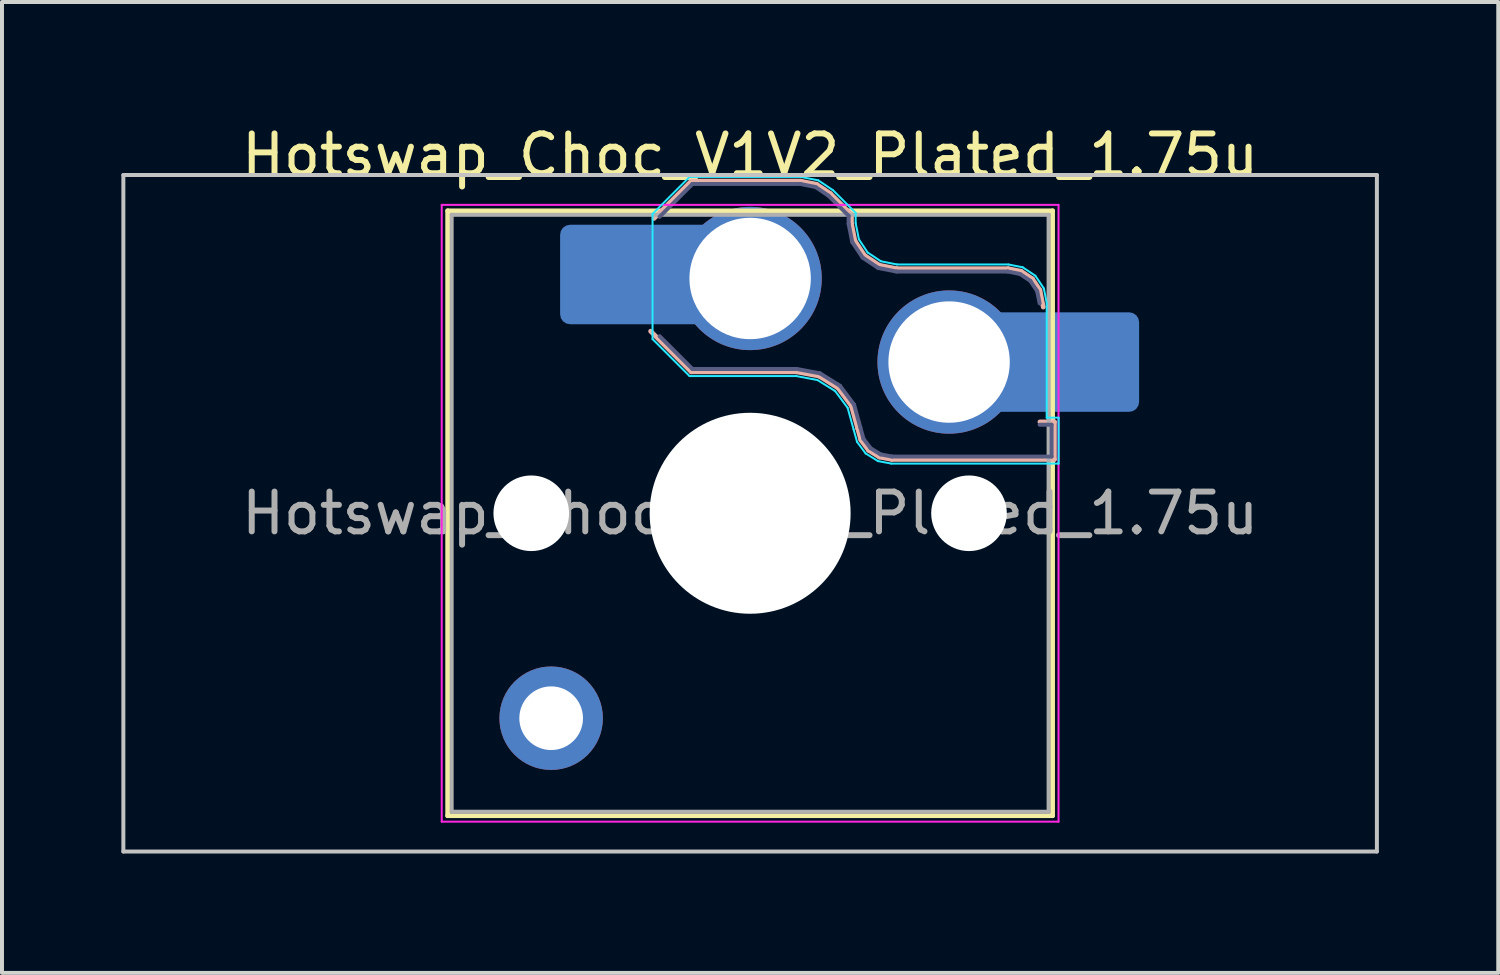
<source format=kicad_pcb>
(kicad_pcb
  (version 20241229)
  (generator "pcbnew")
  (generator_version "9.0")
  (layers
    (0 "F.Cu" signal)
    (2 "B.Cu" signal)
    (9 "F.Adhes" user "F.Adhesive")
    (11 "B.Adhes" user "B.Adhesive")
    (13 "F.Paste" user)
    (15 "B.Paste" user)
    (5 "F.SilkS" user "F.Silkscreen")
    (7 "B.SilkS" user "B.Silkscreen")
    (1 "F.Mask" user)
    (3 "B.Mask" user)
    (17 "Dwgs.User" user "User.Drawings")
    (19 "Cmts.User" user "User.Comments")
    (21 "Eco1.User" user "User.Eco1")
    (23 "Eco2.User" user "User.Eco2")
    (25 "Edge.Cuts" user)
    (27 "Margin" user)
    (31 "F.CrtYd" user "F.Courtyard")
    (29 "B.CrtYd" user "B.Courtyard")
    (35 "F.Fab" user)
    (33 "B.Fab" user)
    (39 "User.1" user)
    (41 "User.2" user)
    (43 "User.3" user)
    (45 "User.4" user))
  (footprint "Hotswap_Choc_V1V2_Plated_1.75u"
    (layer "F.Cu")
    (at 15.8 9.848)
    (property "Reference" "Hotswap_Choc_V1V2_Plated_1.75u" (at 0 -9 0) (layer "F.SilkS") (effects (font (size 1 1) (thickness 0.15))))
    (attr smd)
    (fp_line (start -7.6 -7.6) (end -7.6 7.6) (stroke (width 0.12) (type solid)) (layer "F.SilkS"))
    (fp_line (start -7.6 7.6) (end 7.6 7.6) (stroke (width 0.12) (type solid)) (layer "F.SilkS"))
    (fp_line (start 7.6 -7.6) (end -7.6 -7.6) (stroke (width 0.12) (type solid)) (layer "F.SilkS"))
    (fp_line (start 7.6 7.6) (end 7.6 -7.6) (stroke (width 0.12) (type solid)) (layer "F.SilkS"))
    (fp_line (start -2.416 -7.409) (end -1.479 -8.346) (stroke (width 0.12) (type solid)) (layer "B.SilkS"))
    (fp_line (start -1.479 -8.346) (end 1.268 -8.346) (stroke (width 0.12) (type solid)) (layer "B.SilkS"))
    (fp_line (start -1.479 -3.554) (end -2.5 -4.575) (stroke (width 0.12) (type solid)) (layer "B.SilkS"))
    (fp_line (start 1.168 -3.554) (end -1.479 -3.554) (stroke (width 0.12) (type solid)) (layer "B.SilkS"))
    (fp_line (start 1.268 -8.346) (end 1.671 -8.266) (stroke (width 0.12) (type solid)) (layer "B.SilkS"))
    (fp_line (start 1.671 -8.266) (end 2.013 -8.037) (stroke (width 0.12) (type solid)) (layer "B.SilkS"))
    (fp_line (start 1.73 -3.449) (end 1.168 -3.554) (stroke (width 0.12) (type solid)) (layer "B.SilkS"))
    (fp_line (start 2.013 -8.037) (end 2.546 -7.504) (stroke (width 0.12) (type solid)) (layer "B.SilkS"))
    (fp_line (start 2.209 -3.15) (end 1.73 -3.449) (stroke (width 0.12) (type solid)) (layer "B.SilkS"))
    (fp_line (start 2.546 -7.504) (end 2.546 -7.282) (stroke (width 0.12) (type solid)) (layer "B.SilkS"))
    (fp_line (start 2.546 -7.282) (end 2.633 -6.844) (stroke (width 0.12) (type solid)) (layer "B.SilkS"))
    (fp_line (start 2.547 -2.697) (end 2.209 -3.15) (stroke (width 0.12) (type solid)) (layer "B.SilkS"))
    (fp_line (start 2.633 -6.844) (end 2.877 -6.477) (stroke (width 0.12) (type solid)) (layer "B.SilkS"))
    (fp_line (start 2.701 -2.139) (end 2.547 -2.697) (stroke (width 0.12) (type solid)) (layer "B.SilkS"))
    (fp_line (start 2.783 -1.841) (end 2.701 -2.139) (stroke (width 0.12) (type solid)) (layer "B.SilkS"))
    (fp_line (start 2.877 -6.477) (end 3.244 -6.233) (stroke (width 0.12) (type solid)) (layer "B.SilkS"))
    (fp_line (start 2.976 -1.583) (end 2.783 -1.841) (stroke (width 0.12) (type solid)) (layer "B.SilkS"))
    (fp_line (start 3.244 -6.233) (end 3.682 -6.146) (stroke (width 0.12) (type solid)) (layer "B.SilkS"))
    (fp_line (start 3.25 -1.413) (end 2.976 -1.583) (stroke (width 0.12) (type solid)) (layer "B.SilkS"))
    (fp_line (start 3.56 -1.354) (end 3.25 -1.413) (stroke (width 0.12) (type solid)) (layer "B.SilkS"))
    (fp_line (start 3.682 -6.146) (end 6.482 -6.146) (stroke (width 0.12) (type solid)) (layer "B.SilkS"))
    (fp_line (start 6.482 -6.146) (end 6.809 -6.081) (stroke (width 0.12) (type solid)) (layer "B.SilkS"))
    (fp_line (start 6.809 -6.081) (end 7.092 -5.892) (stroke (width 0.12) (type solid)) (layer "B.SilkS"))
    (fp_line (start 7.092 -5.892) (end 7.281 -5.609) (stroke (width 0.12) (type solid)) (layer "B.SilkS"))
    (fp_line (start 7.281 -5.609) (end 7.366 -5.182) (stroke (width 0.12) (type solid)) (layer "B.SilkS"))
    (fp_line (start 7.283 -2.296) (end 7.646 -2.296) (stroke (width 0.12) (type solid)) (layer "B.SilkS"))
    (fp_line (start 7.646 -2.296) (end 7.646 -1.354) (stroke (width 0.12) (type solid)) (layer "B.SilkS"))
    (fp_line (start 7.646 -1.354) (end 3.56 -1.354) (stroke (width 0.12) (type solid)) (layer "B.SilkS"))
    (fp_line (start -15.75 -8.5) (end -15.75 8.5) (stroke (width 0.1) (type solid)) (layer "Dwgs.User"))
    (fp_line (start -15.75 8.5) (end 15.75 8.5) (stroke (width 0.1) (type solid)) (layer "Dwgs.User"))
    (fp_line (start 15.75 -8.5) (end -15.75 -8.5) (stroke (width 0.1) (type solid)) (layer "Dwgs.User"))
    (fp_line (start 15.75 8.5) (end 15.75 -8.5) (stroke (width 0.1) (type solid)) (layer "Dwgs.User"))
    (fp_line (start -7.25 -7.25) (end -7.25 7.25) (stroke (width 0.1) (type solid)) (layer "Eco1.User"))
    (fp_line (start -7.25 7.25) (end 7.25 7.25) (stroke (width 0.1) (type solid)) (layer "Eco1.User"))
    (fp_line (start 7.25 -7.25) (end -7.25 -7.25) (stroke (width 0.1) (type solid)) (layer "Eco1.User"))
    (fp_line (start 7.25 7.25) (end 7.25 -7.25) (stroke (width 0.1) (type solid)) (layer "Eco1.User"))
    (fp_line (start -2.452 -7.523) (end -1.523 -8.452) (stroke (width 0.05) (type solid)) (layer "B.CrtYd"))
    (fp_line (start -2.452 -4.377) (end -2.452 -7.523) (stroke (width 0.05) (type solid)) (layer "B.CrtYd"))
    (fp_line (start -1.523 -8.452) (end 1.278 -8.452) (stroke (width 0.05) (type solid)) (layer "B.CrtYd"))
    (fp_line (start -1.523 -3.448) (end -2.452 -4.377) (stroke (width 0.05) (type solid)) (layer "B.CrtYd"))
    (fp_line (start 1.159 -3.448) (end -1.523 -3.448) (stroke (width 0.05) (type solid)) (layer "B.CrtYd"))
    (fp_line (start 1.278 -8.452) (end 1.712 -8.366) (stroke (width 0.05) (type solid)) (layer "B.CrtYd"))
    (fp_line (start 1.691 -3.348) (end 1.159 -3.448) (stroke (width 0.05) (type solid)) (layer "B.CrtYd"))
    (fp_line (start 1.712 -8.366) (end 2.081 -8.119) (stroke (width 0.05) (type solid)) (layer "B.CrtYd"))
    (fp_line (start 2.081 -8.119) (end 2.652 -7.548) (stroke (width 0.05) (type solid)) (layer "B.CrtYd"))
    (fp_line (start 2.136 -3.071) (end 1.691 -3.348) (stroke (width 0.05) (type solid)) (layer "B.CrtYd"))
    (fp_line (start 2.45 -2.65) (end 2.136 -3.071) (stroke (width 0.05) (type solid)) (layer "B.CrtYd"))
    (fp_line (start 2.599 -2.111) (end 2.45 -2.65) (stroke (width 0.05) (type solid)) (layer "B.CrtYd"))
    (fp_line (start 2.652 -7.548) (end 2.652 -7.292) (stroke (width 0.05) (type solid)) (layer "B.CrtYd"))
    (fp_line (start 2.652 -7.292) (end 2.733 -6.885) (stroke (width 0.05) (type solid)) (layer "B.CrtYd"))
    (fp_line (start 2.687 -1.794) (end 2.599 -2.111) (stroke (width 0.05) (type solid)) (layer "B.CrtYd"))
    (fp_line (start 2.733 -6.885) (end 2.953 -6.553) (stroke (width 0.05) (type solid)) (layer "B.CrtYd"))
    (fp_line (start 2.903 -1.503) (end 2.687 -1.794) (stroke (width 0.05) (type solid)) (layer "B.CrtYd"))
    (fp_line (start 2.953 -6.553) (end 3.285 -6.333) (stroke (width 0.05) (type solid)) (layer "B.CrtYd"))
    (fp_line (start 3.211 -1.312) (end 2.903 -1.503) (stroke (width 0.05) (type solid)) (layer "B.CrtYd"))
    (fp_line (start 3.285 -6.333) (end 3.692 -6.252) (stroke (width 0.05) (type solid)) (layer "B.CrtYd"))
    (fp_line (start 3.55 -1.248) (end 3.211 -1.312) (stroke (width 0.05) (type solid)) (layer "B.CrtYd"))
    (fp_line (start 3.692 -6.252) (end 6.492 -6.252) (stroke (width 0.05) (type solid)) (layer "B.CrtYd"))
    (fp_line (start 6.492 -6.252) (end 6.85 -6.181) (stroke (width 0.05) (type solid)) (layer "B.CrtYd"))
    (fp_line (start 6.85 -6.181) (end 7.168 -5.968) (stroke (width 0.05) (type solid)) (layer "B.CrtYd"))
    (fp_line (start 7.168 -5.968) (end 7.381 -5.65) (stroke (width 0.05) (type solid)) (layer "B.CrtYd"))
    (fp_line (start 7.381 -5.65) (end 7.452 -5.292) (stroke (width 0.05) (type solid)) (layer "B.CrtYd"))
    (fp_line (start 7.452 -5.292) (end 7.452 -2.402) (stroke (width 0.05) (type solid)) (layer "B.CrtYd"))
    (fp_line (start 7.452 -2.402) (end 7.752 -2.402) (stroke (width 0.05) (type solid)) (layer "B.CrtYd"))
    (fp_line (start 7.752 -2.402) (end 7.752 -1.248) (stroke (width 0.05) (type solid)) (layer "B.CrtYd"))
    (fp_line (start 7.752 -1.248) (end 3.55 -1.248) (stroke (width 0.05) (type solid)) (layer "B.CrtYd"))
    (fp_line (start -7.75 -7.75) (end -7.75 7.75) (stroke (width 0.05) (type solid)) (layer "F.CrtYd"))
    (fp_line (start -7.75 7.75) (end 7.75 7.75) (stroke (width 0.05) (type solid)) (layer "F.CrtYd"))
    (fp_line (start 7.75 -7.75) (end -7.75 -7.75) (stroke (width 0.05) (type solid)) (layer "F.CrtYd"))
    (fp_line (start 7.75 7.75) (end 7.75 -7.75) (stroke (width 0.05) (type solid)) (layer "F.CrtYd"))
    (fp_line (start -2.275 -7.45) (end -1.45 -8.275) (stroke (width 0.1) (type solid)) (layer "B.Fab"))
    (fp_line (start -1.45 -8.275) (end 1.261 -8.275) (stroke (width 0.1) (type solid)) (layer "B.Fab"))
    (fp_line (start -1.45 -3.625) (end -2.275 -4.45) (stroke (width 0.1) (type solid)) (layer "B.Fab"))
    (fp_line (start 1.175 -3.625) (end -1.45 -3.625) (stroke (width 0.1) (type solid)) (layer "B.Fab"))
    (fp_line (start 1.261 -8.275) (end 1.643 -8.199) (stroke (width 0.1) (type solid)) (layer "B.Fab"))
    (fp_line (start 1.643 -8.199) (end 1.968 -7.982) (stroke (width 0.1) (type solid)) (layer "B.Fab"))
    (fp_line (start 1.756 -3.516) (end 1.175 -3.625) (stroke (width 0.1) (type solid)) (layer "B.Fab"))
    (fp_line (start 1.968 -7.982) (end 2.475 -7.475) (stroke (width 0.1) (type solid)) (layer "B.Fab"))
    (fp_line (start 2.258 -3.203) (end 1.756 -3.516) (stroke (width 0.1) (type solid)) (layer "B.Fab"))
    (fp_line (start 2.475 -7.475) (end 2.475 -7.275) (stroke (width 0.1) (type solid)) (layer "B.Fab"))
    (fp_line (start 2.475 -7.275) (end 2.566 -6.816) (stroke (width 0.1) (type solid)) (layer "B.Fab"))
    (fp_line (start 2.566 -6.816) (end 2.826 -6.426) (stroke (width 0.1) (type solid)) (layer "B.Fab"))
    (fp_line (start 2.612 -2.729) (end 2.258 -3.203) (stroke (width 0.1) (type solid)) (layer "B.Fab"))
    (fp_line (start 2.769 -2.158) (end 2.612 -2.729) (stroke (width 0.1) (type solid)) (layer "B.Fab"))
    (fp_line (start 2.826 -6.426) (end 3.216 -6.166) (stroke (width 0.1) (type solid)) (layer "B.Fab"))
    (fp_line (start 2.848 -1.873) (end 2.769 -2.158) (stroke (width 0.1) (type solid)) (layer "B.Fab"))
    (fp_line (start 3.025 -1.636) (end 2.848 -1.873) (stroke (width 0.1) (type solid)) (layer "B.Fab"))
    (fp_line (start 3.216 -6.166) (end 3.675 -6.075) (stroke (width 0.1) (type solid)) (layer "B.Fab"))
    (fp_line (start 3.276 -1.48) (end 3.025 -1.636) (stroke (width 0.1) (type solid)) (layer "B.Fab"))
    (fp_line (start 3.567 -1.425) (end 3.276 -1.48) (stroke (width 0.1) (type solid)) (layer "B.Fab"))
    (fp_line (start 3.675 -6.075) (end 6.475 -6.075) (stroke (width 0.1) (type solid)) (layer "B.Fab"))
    (fp_line (start 6.475 -6.075) (end 6.781 -6.014) (stroke (width 0.1) (type solid)) (layer "B.Fab"))
    (fp_line (start 6.781 -6.014) (end 7.041 -5.841) (stroke (width 0.1) (type solid)) (layer "B.Fab"))
    (fp_line (start 7.041 -5.841) (end 7.214 -5.581) (stroke (width 0.1) (type solid)) (layer "B.Fab"))
    (fp_line (start 7.214 -5.581) (end 7.275 -5.275) (stroke (width 0.1) (type solid)) (layer "B.Fab"))
    (fp_line (start 7.275 -2.225) (end 7.575 -2.225) (stroke (width 0.1) (type solid)) (layer "B.Fab"))
    (fp_line (start 7.575 -2.225) (end 7.575 -1.425) (stroke (width 0.1) (type solid)) (layer "B.Fab"))
    (fp_line (start 7.575 -1.425) (end 3.567 -1.425) (stroke (width 0.1) (type solid)) (layer "B.Fab"))
    (fp_line (start -7.5 -7.5) (end -7.5 7.5) (stroke (width 0.1) (type solid)) (layer "F.Fab"))
    (fp_line (start -7.5 7.5) (end 7.5 7.5) (stroke (width 0.1) (type solid)) (layer "F.Fab"))
    (fp_line (start 7.5 -7.5) (end -7.5 -7.5) (stroke (width 0.1) (type solid)) (layer "F.Fab"))
    (fp_line (start 7.5 7.5) (end 7.5 -7.5) (stroke (width 0.1) (type solid)) (layer "F.Fab"))
    (fp_text user "${REFERENCE}" (at 0 0 0) (layer "F.Fab") (effects (font (size 1 1) (thickness 0.15))))
    (pad "" np_thru_hole circle (at -5.5 0) (size 1.9 1.9) (drill 1.9) (layers "*.Cu" "*.Mask"))
    (pad "" thru_hole circle (at -5 5.15) (size 2.6 2.6) (drill 1.6) (layers "*.Cu" "*.Mask"))
    (pad "" smd roundrect (at -3.5 -6) (size 2.55 2.5) (layers "B.Mask" "B.Paste") (roundrect_rratio 0.1))
    (pad "" np_thru_hole circle (at 0 0) (size 5.05 5.05) (drill 5.05) (layers "*.Cu" "*.Mask"))
    (pad "" np_thru_hole circle (at 5.5 0) (size 1.9 1.9) (drill 1.9) (layers "*.Cu" "*.Mask"))
    (pad "" smd roundrect (at 8.5 -3.8) (size 2.55 2.5) (layers "B.Mask" "B.Paste") (roundrect_rratio 0.1))
    (pad "1" smd roundrect (at -2.85 -6) (size 3.85 2.5) (layers "B.Cu") (roundrect_rratio 0.1))
    (pad "1" thru_hole circle (at 0 -5.9) (size 3.6 3.6) (drill 3.05) (layers "*.Cu" "*.Mask"))
    (pad "2" thru_hole circle (at 5 -3.8) (size 3.6 3.6) (drill 3.05) (layers "*.Cu" "*.Mask"))
    (pad "2" smd roundrect (at 7.85 -3.8) (size 3.85 2.5) (layers "B.Cu") (roundrect_rratio 0.1)))
  (gr_rect
    (start -3 -3)
    (end 34.6 21.398)
    (stroke (width 0.1) (type default))
    (fill no)
    (layer "Edge.Cuts")))
</source>
